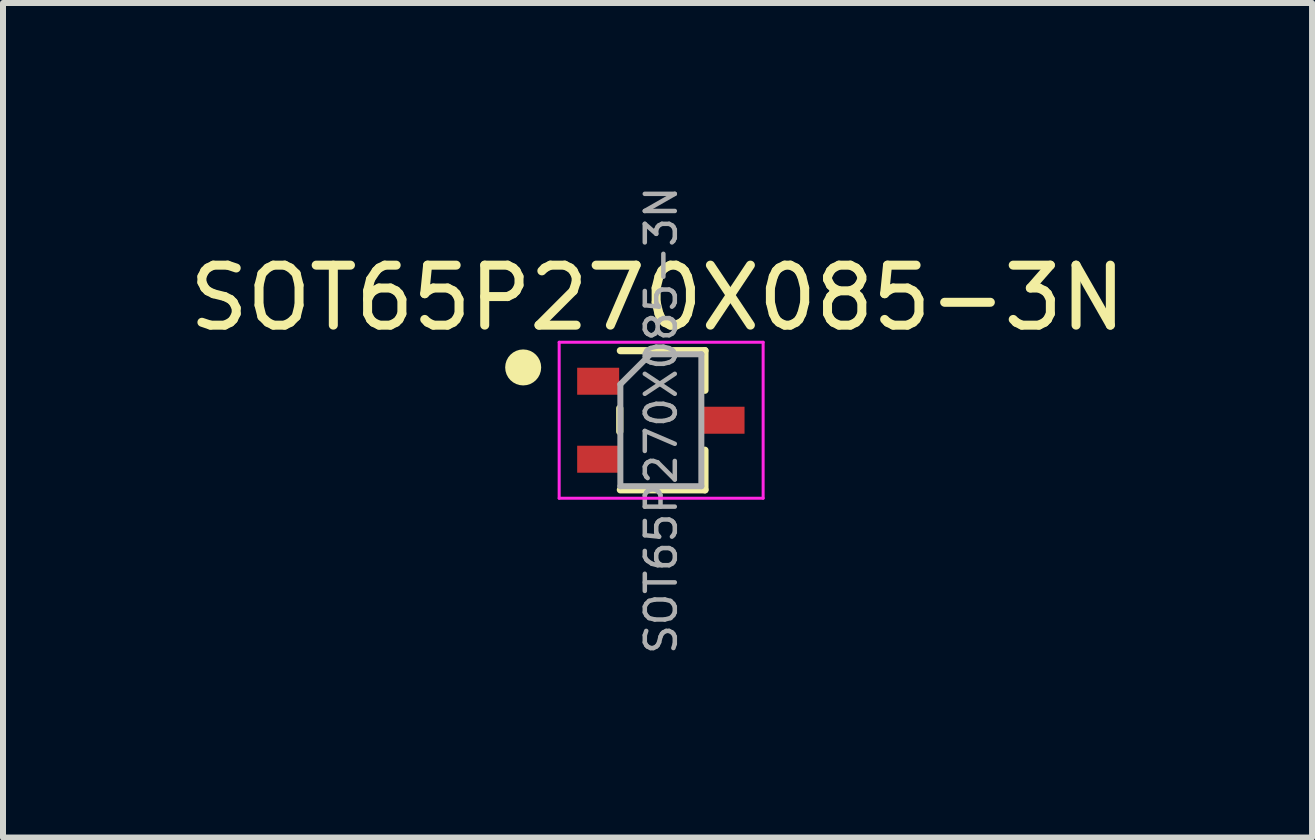
<source format=kicad_pcb>
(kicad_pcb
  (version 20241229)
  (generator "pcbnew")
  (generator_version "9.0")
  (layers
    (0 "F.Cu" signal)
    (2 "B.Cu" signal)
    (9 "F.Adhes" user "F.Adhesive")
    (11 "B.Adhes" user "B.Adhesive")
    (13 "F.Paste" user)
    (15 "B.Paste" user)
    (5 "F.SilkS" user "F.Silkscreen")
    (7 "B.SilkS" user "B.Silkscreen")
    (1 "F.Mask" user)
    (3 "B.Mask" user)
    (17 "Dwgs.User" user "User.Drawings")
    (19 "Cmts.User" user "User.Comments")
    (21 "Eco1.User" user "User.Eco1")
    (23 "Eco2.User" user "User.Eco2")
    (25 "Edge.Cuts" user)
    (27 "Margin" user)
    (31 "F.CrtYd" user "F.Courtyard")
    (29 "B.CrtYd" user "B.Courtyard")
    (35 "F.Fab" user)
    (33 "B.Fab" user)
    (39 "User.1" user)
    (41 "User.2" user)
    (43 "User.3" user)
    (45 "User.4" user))
  (footprint "SOT65P270X085-3N"
    (layer "F.Cu")
    (at 7.861 3.965)
    (property "Reference" "SOT65P270X085-3N" (at 0.05 -2.05 0) (layer "F.SilkS") (effects (font (size 1 1) (thickness 0.15))))
    (attr through_hole)
    (fp_line (start -0.58 -0.21) (end -0.58 0.18) (stroke (width 0.12) (type solid)) (layer "F.SilkS"))
    (fp_line (start -0.57 1.15) (end 0.84 1.15) (stroke (width 0.12) (type solid)) (layer "F.SilkS"))
    (fp_line (start 0.84 -1.17) (end -0.57 -1.17) (stroke (width 0.12) (type solid)) (layer "F.SilkS"))
    (fp_line (start 0.84 -1.17) (end 0.84 -0.51) (stroke (width 0.12) (type solid)) (layer "F.SilkS"))
    (fp_line (start 0.84 0.49) (end 0.84 1.15) (stroke (width 0.12) (type solid)) (layer "F.SilkS"))
    (fp_circle (center -2.19 -0.89) (end -2.04 -0.89) (stroke (width 0.3) (type solid)) (fill no) (layer "F.SilkS"))
    (fp_line (start -1.59 -1.31) (end 1.81 -1.31) (stroke (width 0.05) (type solid)) (layer "F.CrtYd"))
    (fp_line (start -1.59 1.29) (end -1.59 -1.31) (stroke (width 0.05) (type solid)) (layer "F.CrtYd"))
    (fp_line (start 1.81 -1.31) (end 1.81 1.29) (stroke (width 0.05) (type solid)) (layer "F.CrtYd"))
    (fp_line (start 1.81 1.29) (end -1.59 1.29) (stroke (width 0.05) (type solid)) (layer "F.CrtYd"))
    (fp_line (start -0.57 -0.61) (end -0.57 1.09) (stroke (width 0.1) (type solid)) (layer "F.Fab"))
    (fp_line (start -0.07 -1.11) (end -0.57 -0.61) (stroke (width 0.1) (type solid)) (layer "F.Fab"))
    (fp_line (start 0.78 -1.11) (end -0.07 -1.11) (stroke (width 0.1) (type solid)) (layer "F.Fab"))
    (fp_line (start 0.78 -1.11) (end 0.78 1.09) (stroke (width 0.1) (type solid)) (layer "F.Fab"))
    (fp_line (start 0.78 1.09) (end -0.57 1.09) (stroke (width 0.1) (type solid)) (layer "F.Fab"))
    (fp_text user "${REFERENCE}" (at 0.11 -0.01 90) (layer "F.Fab") (effects (font (size 0.5 0.5) (thickness 0.075))))
    (pad "1" smd rect (at -0.94 -0.66 270) (size 0.45 0.7) (layers "F.Cu" "F.Mask" "F.Paste"))
    (pad "2" smd rect (at -0.94 0.64 270) (size 0.45 0.7) (layers "F.Cu" "F.Mask" "F.Paste"))
    (pad "3" smd rect (at 1.15 -0.01 270) (size 0.45 0.7) (layers "F.Cu" "F.Mask" "F.Paste")))
  (gr_rect
    (start -3 -3)
    (end 18.821 10.911)
    (stroke (width 0.1) (type default))
    (fill no)
    (layer "Edge.Cuts")))
</source>
